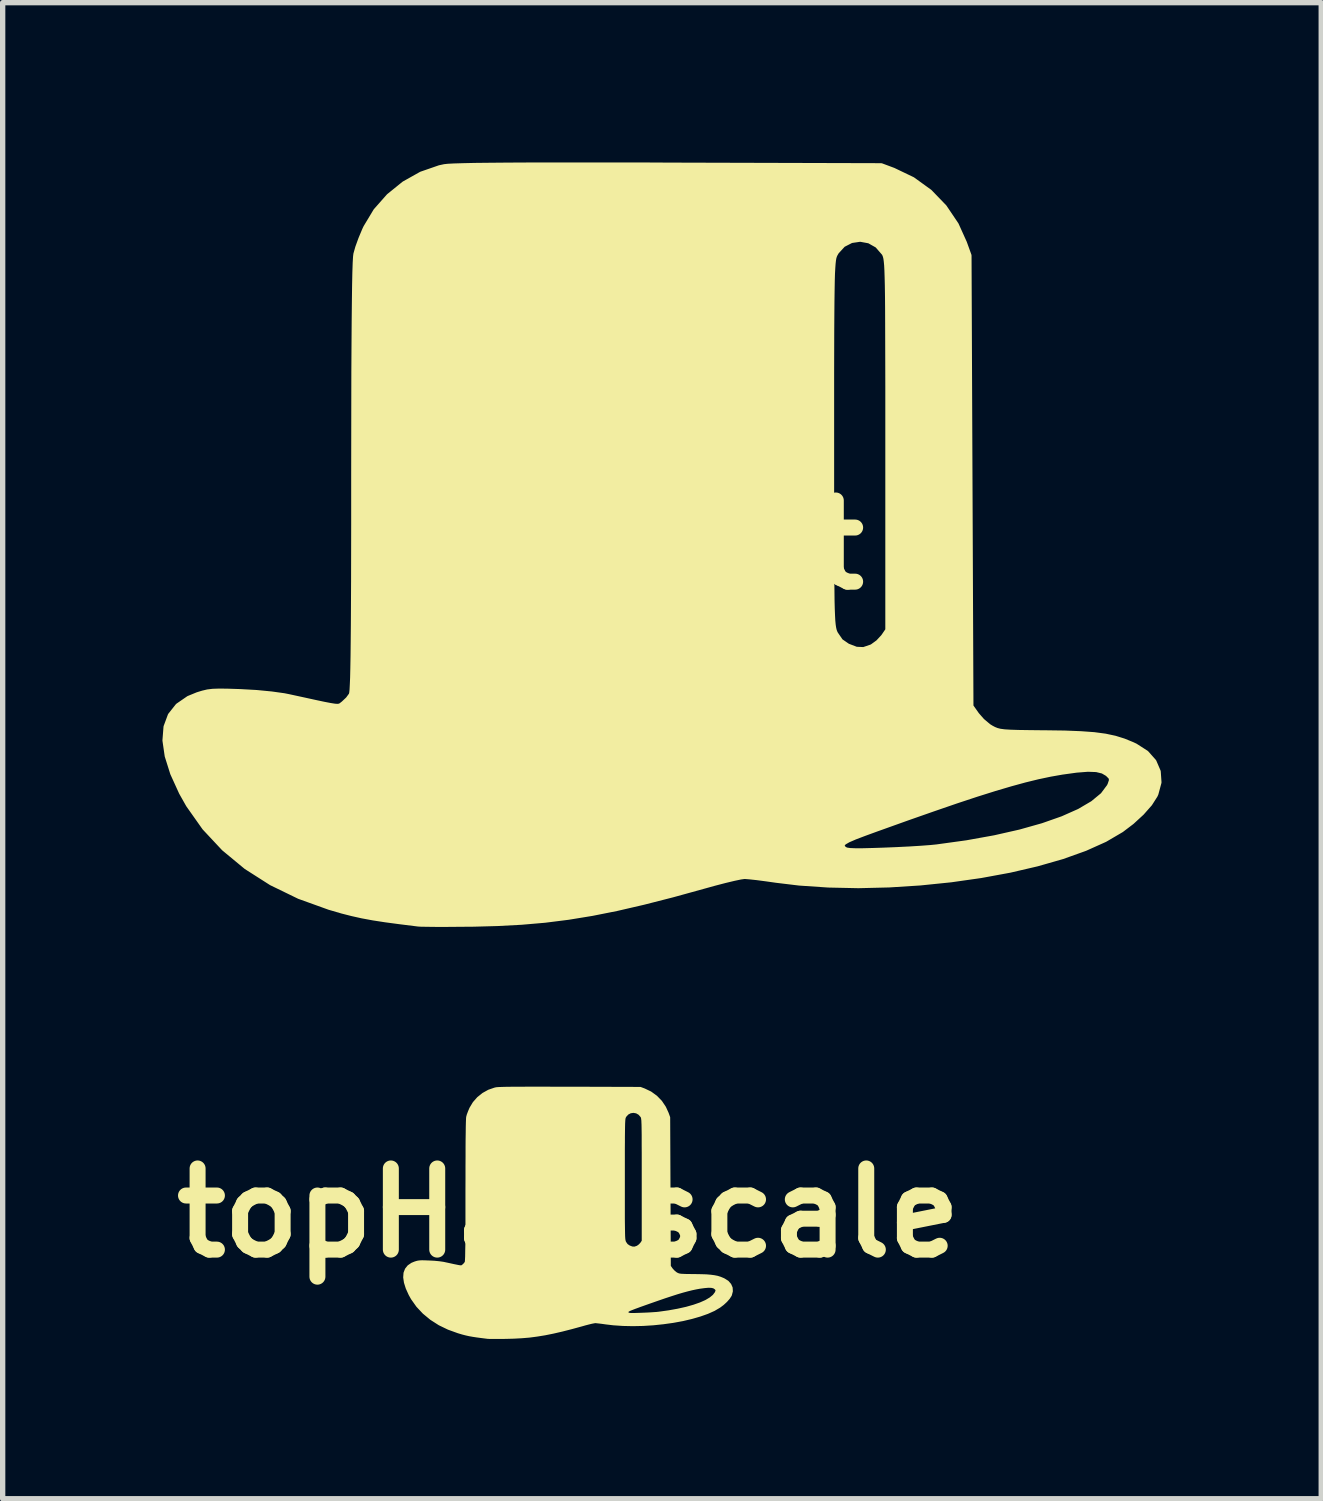
<source format=kicad_pcb>
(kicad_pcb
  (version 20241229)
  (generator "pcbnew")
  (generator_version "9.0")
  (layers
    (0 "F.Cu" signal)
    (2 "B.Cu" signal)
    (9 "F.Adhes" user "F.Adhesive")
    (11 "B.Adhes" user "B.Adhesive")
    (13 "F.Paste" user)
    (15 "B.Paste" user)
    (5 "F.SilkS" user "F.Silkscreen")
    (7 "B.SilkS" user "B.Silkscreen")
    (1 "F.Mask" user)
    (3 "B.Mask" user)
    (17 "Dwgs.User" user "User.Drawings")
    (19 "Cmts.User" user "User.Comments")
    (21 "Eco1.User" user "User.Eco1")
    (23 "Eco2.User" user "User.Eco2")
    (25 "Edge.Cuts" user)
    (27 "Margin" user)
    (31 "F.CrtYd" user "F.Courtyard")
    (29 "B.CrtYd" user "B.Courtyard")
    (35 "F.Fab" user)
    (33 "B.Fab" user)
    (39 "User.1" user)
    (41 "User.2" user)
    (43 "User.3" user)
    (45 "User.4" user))
  (footprint "topHat_scale"
    (layer "F.Cu")
    (at 7.627 19.724)
    (property "Reference" "topHat_scale" (at 0 0 0) (layer "F.SilkS") (effects (font (size 1.524 1.524) (thickness 0.3))))
    (attr through_hole)
    (fp_poly (pts (xy 3.067 1.471) (xy 3.049 1.541) (xy 3.044 1.552) (xy 3.011 1.603) (xy 2.961 1.66) (xy 2.9 1.716) (xy 2.835 1.765) (xy 2.775 1.8) (xy 2.775 1.457) (xy 2.771 1.439) (xy 2.751 1.419) (xy 2.749 1.417) (xy 2.721 1.4) (xy 2.681 1.391) (xy 2.627 1.389) (xy 2.556 1.395) (xy 2.465 1.407) (xy 2.464 1.407) (xy 2.393 1.42) (xy 2.318 1.436) (xy 2.237 1.456) (xy 2.148 1.48) (xy 2.049 1.509) (xy 1.937 1.545) (xy 1.812 1.586) (xy 1.67 1.635) (xy 1.51 1.691) (xy 1.389 1.734) (xy 1.389 0.528) (xy 1.389 -0.621) (xy 1.389 -0.813) (xy 1.389 -0.983) (xy 1.389 -1.131) (xy 1.388 -1.26) (xy 1.388 -1.37) (xy 1.388 -1.464) (xy 1.387 -1.542) (xy 1.386 -1.607) (xy 1.385 -1.659) (xy 1.383 -1.701) (xy 1.382 -1.733) (xy 1.379 -1.757) (xy 1.377 -1.775) (xy 1.374 -1.788) (xy 1.371 -1.798) (xy 1.367 -1.805) (xy 1.365 -1.809) (xy 1.324 -1.856) (xy 1.273 -1.885) (xy 1.217 -1.895) (xy 1.161 -1.887) (xy 1.111 -1.861) (xy 1.07 -1.817) (xy 1.06 -1.799) (xy 1.056 -1.791) (xy 1.053 -1.78) (xy 1.05 -1.765) (xy 1.048 -1.745) (xy 1.046 -1.717) (xy 1.044 -1.682) (xy 1.043 -1.636) (xy 1.042 -1.578) (xy 1.041 -1.508) (xy 1.04 -1.423) (xy 1.04 -1.322) (xy 1.039 -1.204) (xy 1.039 -1.067) (xy 1.039 -0.91) (xy 1.039 -0.73) (xy 1.039 -0.629) (xy 1.039 -0.438) (xy 1.039 -0.271) (xy 1.039 -0.124) (xy 1.039 0.003) (xy 1.039 0.112) (xy 1.04 0.204) (xy 1.041 0.282) (xy 1.042 0.345) (xy 1.043 0.397) (xy 1.044 0.438) (xy 1.046 0.47) (xy 1.048 0.494) (xy 1.051 0.512) (xy 1.054 0.526) (xy 1.057 0.537) (xy 1.061 0.546) (xy 1.063 0.551) (xy 1.095 0.597) (xy 1.139 0.627) (xy 1.192 0.647) (xy 1.238 0.65) (xy 1.285 0.634) (xy 1.293 0.63) (xy 1.329 0.604) (xy 1.36 0.571) (xy 1.362 0.568) (xy 1.389 0.528) (xy 1.389 1.734) (xy 1.329 1.755) (xy 1.323 1.758) (xy 1.243 1.787) (xy 1.184 1.81) (xy 1.143 1.827) (xy 1.117 1.842) (xy 1.105 1.854) (xy 1.104 1.865) (xy 1.111 1.878) (xy 1.112 1.879) (xy 1.12 1.886) (xy 1.133 1.891) (xy 1.153 1.895) (xy 1.185 1.896) (xy 1.232 1.896) (xy 1.297 1.894) (xy 1.359 1.892) (xy 1.439 1.889) (xy 1.52 1.885) (xy 1.594 1.88) (xy 1.655 1.876) (xy 1.691 1.872) (xy 1.878 1.846) (xy 2.05 1.815) (xy 2.207 1.78) (xy 2.348 1.74) (xy 2.471 1.697) (xy 2.575 1.651) (xy 2.659 1.601) (xy 2.721 1.55) (xy 2.761 1.497) (xy 2.766 1.484) (xy 2.775 1.457) (xy 2.775 1.8) (xy 2.733 1.825) (xy 2.61 1.88) (xy 2.469 1.93) (xy 2.313 1.975) (xy 2.144 2.015) (xy 1.965 2.048) (xy 1.779 2.074) (xy 1.588 2.094) (xy 1.396 2.106) (xy 1.206 2.11) (xy 1.019 2.106) (xy 0.84 2.094) (xy 0.697 2.077) (xy 0.634 2.068) (xy 0.577 2.061) (xy 0.531 2.056) (xy 0.502 2.053) (xy 0.5 2.053) (xy 0.476 2.057) (xy 0.434 2.065) (xy 0.377 2.079) (xy 0.311 2.096) (xy 0.252 2.113) (xy 0.054 2.167) (xy -0.126 2.213) (xy -0.291 2.251) (xy -0.445 2.282) (xy -0.593 2.306) (xy -0.737 2.325) (xy -0.882 2.337) (xy -1.032 2.345) (xy -1.178 2.349) (xy -1.263 2.35) (xy -1.343 2.35) (xy -1.412 2.35) (xy -1.468 2.35) (xy -1.507 2.349) (xy -1.522 2.348) (xy -1.633 2.334) (xy -1.724 2.322) (xy -1.802 2.31) (xy -1.869 2.298) (xy -1.931 2.284) (xy -1.993 2.268) (xy -2.06 2.248) (xy -2.071 2.245) (xy -2.259 2.177) (xy -2.431 2.094) (xy -2.587 1.994) (xy -2.725 1.88) (xy -2.845 1.752) (xy -2.945 1.611) (xy -2.988 1.534) (xy -3.042 1.415) (xy -3.076 1.307) (xy -3.09 1.211) (xy -3.084 1.127) (xy -3.057 1.056) (xy -3.01 0.997) (xy -2.944 0.952) (xy -2.888 0.929) (xy -2.856 0.919) (xy -2.827 0.912) (xy -2.794 0.908) (xy -2.754 0.906) (xy -2.701 0.907) (xy -2.629 0.91) (xy -2.622 0.91) (xy -2.523 0.915) (xy -2.431 0.924) (xy -2.353 0.935) (xy -2.325 0.941) (xy -2.232 0.961) (xy -2.16 0.977) (xy -2.105 0.988) (xy -2.066 0.996) (xy -2.038 1) (xy -2.02 1.001) (xy -2.008 0.999) (xy -2 0.995) (xy -1.991 0.988) (xy -1.984 0.983) (xy -1.956 0.956) (xy -1.936 0.929) (xy -1.933 0.919) (xy -1.931 0.898) (xy -1.929 0.866) (xy -1.927 0.822) (xy -1.926 0.763) (xy -1.925 0.69) (xy -1.923 0.6) (xy -1.923 0.493) (xy -1.922 0.369) (xy -1.921 0.224) (xy -1.921 0.06) (xy -1.921 -0.126) (xy -1.921 -0.335) (xy -1.921 -0.419) (xy -1.92 -0.658) (xy -1.92 -0.874) (xy -1.919 -1.066) (xy -1.919 -1.235) (xy -1.918 -1.381) (xy -1.916 -1.505) (xy -1.915 -1.607) (xy -1.913 -1.688) (xy -1.911 -1.747) (xy -1.909 -1.786) (xy -1.907 -1.802) (xy -1.896 -1.843) (xy -1.876 -1.896) (xy -1.853 -1.951) (xy -1.846 -1.967) (xy -1.784 -2.07) (xy -1.704 -2.161) (xy -1.608 -2.238) (xy -1.502 -2.297) (xy -1.389 -2.336) (xy -1.359 -2.343) (xy -1.337 -2.345) (xy -1.3 -2.347) (xy -1.245 -2.349) (xy -1.172 -2.351) (xy -1.081 -2.352) (xy -0.97 -2.353) (xy -0.839 -2.353) (xy -0.688 -2.354) (xy -0.514 -2.354) (xy -0.319 -2.353) (xy -0.101 -2.353) (xy 0.03 -2.353) (xy 1.347 -2.349) (xy 1.422 -2.321) (xy 1.541 -2.264) (xy 1.647 -2.187) (xy 1.738 -2.093) (xy 1.811 -1.984) (xy 1.862 -1.872) (xy 1.89 -1.794) (xy 1.896 -0.397) (xy 1.902 1) (xy 1.939 1.053) (xy 1.972 1.09) (xy 2.012 1.124) (xy 2.028 1.134) (xy 2.045 1.143) (xy 2.063 1.15) (xy 2.083 1.155) (xy 2.11 1.159) (xy 2.147 1.161) (xy 2.198 1.163) (xy 2.266 1.164) (xy 2.354 1.165) (xy 2.366 1.165) (xy 2.485 1.167) (xy 2.584 1.17) (xy 2.666 1.177) (xy 2.735 1.186) (xy 2.795 1.198) (xy 2.849 1.215) (xy 2.902 1.237) (xy 2.921 1.246) (xy 2.989 1.289) (xy 3.036 1.343) (xy 3.063 1.404) (xy 3.067 1.471)) (stroke (width 0.033) (type solid)) (fill yes) (layer "F.SilkS")))
  (footprint "topHat"
    (layer "F.Cu")
    (at 9.414 7.182)
    (property "Reference" "topHat" (at 0 0 0) (layer "F.SilkS") (effects (font (size 1.524 1.524) (thickness 0.3))))
    (attr through_hole)
    (fp_poly (pts (xy 9.295 4.458) (xy 9.238 4.67) (xy 9.223 4.703) (xy 9.124 4.858) (xy 8.973 5.029) (xy 8.787 5.2) (xy 8.591 5.349) (xy 8.41 5.455) (xy 8.41 4.416) (xy 8.398 4.361) (xy 8.337 4.3) (xy 8.331 4.295) (xy 8.244 4.244) (xy 8.124 4.215) (xy 7.961 4.209) (xy 7.746 4.226) (xy 7.471 4.264) (xy 7.466 4.265) (xy 7.251 4.303) (xy 7.024 4.351) (xy 6.779 4.411) (xy 6.509 4.485) (xy 6.208 4.574) (xy 5.871 4.68) (xy 5.49 4.806) (xy 5.06 4.954) (xy 4.575 5.124) (xy 4.209 5.255) (xy 4.209 1.6) (xy 4.209 -1.881) (xy 4.209 -2.464) (xy 4.209 -2.978) (xy 4.208 -3.428) (xy 4.207 -3.818) (xy 4.206 -4.152) (xy 4.205 -4.436) (xy 4.203 -4.674) (xy 4.2 -4.87) (xy 4.196 -5.029) (xy 4.192 -5.154) (xy 4.187 -5.252) (xy 4.18 -5.325) (xy 4.173 -5.379) (xy 4.164 -5.418) (xy 4.154 -5.447) (xy 4.143 -5.47) (xy 4.136 -5.481) (xy 4.011 -5.625) (xy 3.857 -5.712) (xy 3.688 -5.743) (xy 3.519 -5.718) (xy 3.365 -5.639) (xy 3.242 -5.505) (xy 3.212 -5.453) (xy 3.201 -5.427) (xy 3.191 -5.394) (xy 3.183 -5.349) (xy 3.176 -5.287) (xy 3.17 -5.204) (xy 3.164 -5.095) (xy 3.16 -4.956) (xy 3.157 -4.783) (xy 3.154 -4.569) (xy 3.152 -4.312) (xy 3.15 -4.007) (xy 3.149 -3.649) (xy 3.148 -3.234) (xy 3.148 -2.757) (xy 3.148 -2.213) (xy 3.148 -1.906) (xy 3.148 -1.328) (xy 3.148 -0.82) (xy 3.148 -0.375) (xy 3.149 0.01) (xy 3.15 0.34) (xy 3.151 0.62) (xy 3.154 0.854) (xy 3.156 1.046) (xy 3.16 1.203) (xy 3.165 1.327) (xy 3.17 1.424) (xy 3.177 1.497) (xy 3.185 1.553) (xy 3.194 1.595) (xy 3.204 1.627) (xy 3.216 1.655) (xy 3.223 1.669) (xy 3.319 1.809) (xy 3.451 1.9) (xy 3.613 1.962) (xy 3.752 1.968) (xy 3.894 1.92) (xy 3.917 1.909) (xy 4.026 1.83) (xy 4.12 1.729) (xy 4.127 1.72) (xy 4.209 1.6) (xy 4.209 5.255) (xy 4.028 5.32) (xy 4.008 5.327) (xy 3.767 5.415) (xy 3.588 5.483) (xy 3.463 5.537) (xy 3.386 5.581) (xy 3.349 5.618) (xy 3.345 5.653) (xy 3.366 5.69) (xy 3.37 5.695) (xy 3.394 5.716) (xy 3.432 5.732) (xy 3.495 5.741) (xy 3.591 5.745) (xy 3.733 5.745) (xy 3.93 5.74) (xy 4.117 5.734) (xy 4.362 5.724) (xy 4.606 5.712) (xy 4.83 5.698) (xy 5.016 5.684) (xy 5.124 5.673) (xy 5.69 5.595) (xy 6.212 5.501) (xy 6.689 5.393) (xy 7.115 5.273) (xy 7.488 5.142) (xy 7.803 5.002) (xy 8.056 4.853) (xy 8.245 4.697) (xy 8.366 4.535) (xy 8.383 4.498) (xy 8.41 4.416) (xy 8.41 5.455) (xy 8.282 5.53) (xy 7.91 5.697) (xy 7.483 5.85) (xy 7.008 5.986) (xy 6.496 6.105) (xy 5.953 6.205) (xy 5.39 6.285) (xy 4.813 6.344) (xy 4.231 6.381) (xy 3.654 6.395) (xy 3.089 6.383) (xy 2.545 6.346) (xy 2.114 6.294) (xy 1.923 6.267) (xy 1.749 6.244) (xy 1.609 6.229) (xy 1.521 6.222) (xy 1.514 6.222) (xy 1.442 6.232) (xy 1.314 6.259) (xy 1.143 6.3) (xy 0.944 6.352) (xy 0.764 6.402) (xy 0.163 6.568) (xy -0.381 6.707) (xy -0.882 6.823) (xy -1.349 6.916) (xy -1.796 6.989) (xy -2.233 7.044) (xy -2.673 7.082) (xy -3.127 7.106) (xy -3.568 7.118) (xy -3.827 7.12) (xy -4.068 7.122) (xy -4.28 7.122) (xy -4.45 7.12) (xy -4.567 7.118) (xy -4.612 7.115) (xy -4.948 7.073) (xy -5.226 7.036) (xy -5.459 7) (xy -5.664 6.962) (xy -5.852 6.92) (xy -6.04 6.872) (xy -6.242 6.813) (xy -6.277 6.803) (xy -6.846 6.598) (xy -7.368 6.344) (xy -7.84 6.043) (xy -8.258 5.697) (xy -8.621 5.309) (xy -8.924 4.88) (xy -9.055 4.648) (xy -9.219 4.288) (xy -9.322 3.961) (xy -9.364 3.671) (xy -9.344 3.416) (xy -9.264 3.2) (xy -9.123 3.022) (xy -8.921 2.883) (xy -8.753 2.814) (xy -8.655 2.784) (xy -8.566 2.763) (xy -8.468 2.751) (xy -8.346 2.747) (xy -8.185 2.749) (xy -7.967 2.756) (xy -7.945 2.757) (xy -7.644 2.774) (xy -7.366 2.801) (xy -7.13 2.834) (xy -7.045 2.851) (xy -6.764 2.912) (xy -6.545 2.96) (xy -6.38 2.995) (xy -6.26 3.018) (xy -6.177 3.031) (xy -6.122 3.034) (xy -6.085 3.028) (xy -6.059 3.015) (xy -6.034 2.995) (xy -6.012 2.978) (xy -5.927 2.898) (xy -5.866 2.815) (xy -5.858 2.785) (xy -5.851 2.723) (xy -5.846 2.625) (xy -5.84 2.49) (xy -5.836 2.312) (xy -5.832 2.09) (xy -5.829 1.818) (xy -5.826 1.495) (xy -5.824 1.117) (xy -5.822 0.68) (xy -5.821 0.181) (xy -5.82 -0.383) (xy -5.82 -1.016) (xy -5.82 -1.27) (xy -5.819 -1.995) (xy -5.818 -2.648) (xy -5.817 -3.23) (xy -5.814 -3.742) (xy -5.811 -4.185) (xy -5.807 -4.561) (xy -5.803 -4.871) (xy -5.798 -5.115) (xy -5.792 -5.295) (xy -5.785 -5.412) (xy -5.779 -5.461) (xy -5.744 -5.585) (xy -5.686 -5.745) (xy -5.616 -5.912) (xy -5.593 -5.961) (xy -5.406 -6.272) (xy -5.162 -6.548) (xy -4.874 -6.781) (xy -4.553 -6.961) (xy -4.21 -7.08) (xy -4.117 -7.1) (xy -4.053 -7.107) (xy -3.938 -7.113) (xy -3.772 -7.118) (xy -3.551 -7.123) (xy -3.275 -7.126) (xy -2.939 -7.129) (xy -2.543 -7.131) (xy -2.084 -7.132) (xy -1.559 -7.132) (xy -0.967 -7.132) (xy -0.305 -7.131) (xy 0.091 -7.129) (xy 4.081 -7.118) (xy 4.309 -7.033) (xy 4.67 -6.86) (xy 4.991 -6.628) (xy 5.266 -6.343) (xy 5.489 -6.012) (xy 5.642 -5.673) (xy 5.728 -5.435) (xy 5.746 -1.202) (xy 5.764 3.031) (xy 5.876 3.19) (xy 5.976 3.304) (xy 6.097 3.406) (xy 6.145 3.436) (xy 6.198 3.464) (xy 6.25 3.485) (xy 6.312 3.501) (xy 6.394 3.512) (xy 6.507 3.519) (xy 6.661 3.524) (xy 6.866 3.527) (xy 7.132 3.53) (xy 7.168 3.53) (xy 7.53 3.535) (xy 7.829 3.547) (xy 8.078 3.565) (xy 8.288 3.593) (xy 8.47 3.632) (xy 8.634 3.683) (xy 8.793 3.748) (xy 8.851 3.775) (xy 9.057 3.907) (xy 9.201 4.069) (xy 9.281 4.255) (xy 9.295 4.458)) (stroke (width 0.1) (type solid)) (fill yes) (layer "F.SilkS")))
  (gr_rect
    (start -3 -3)
    (end 21.758 25.091)
    (stroke (width 0.1) (type default))
    (fill no)
    (layer "Edge.Cuts")))
</source>
